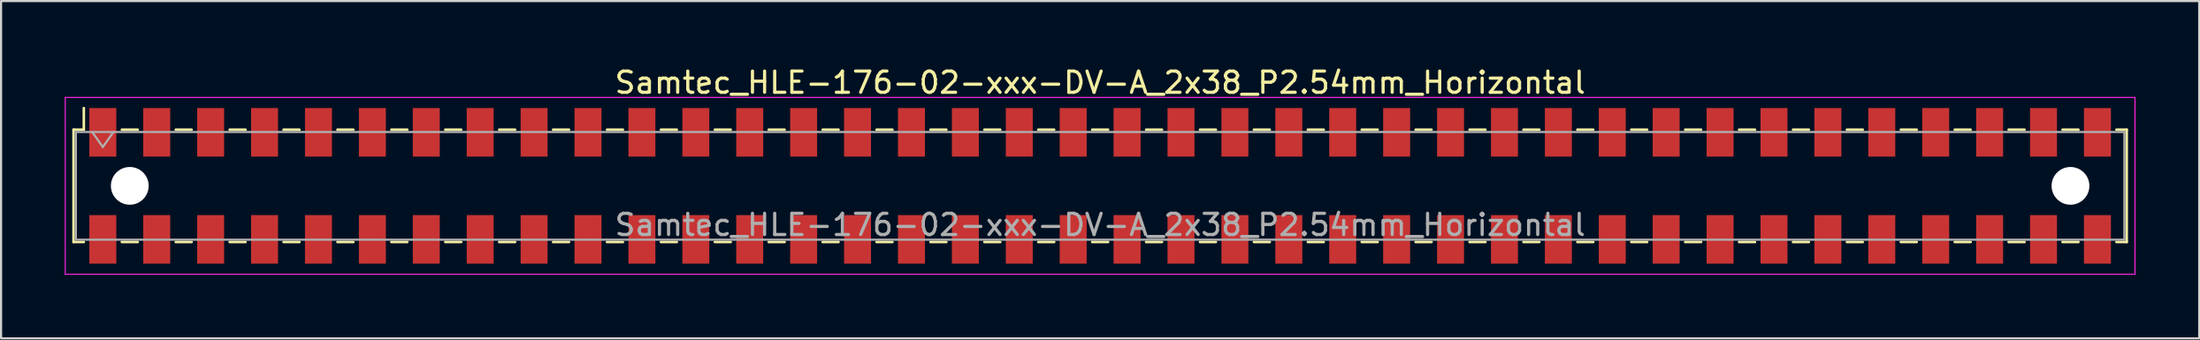
<source format=kicad_pcb>
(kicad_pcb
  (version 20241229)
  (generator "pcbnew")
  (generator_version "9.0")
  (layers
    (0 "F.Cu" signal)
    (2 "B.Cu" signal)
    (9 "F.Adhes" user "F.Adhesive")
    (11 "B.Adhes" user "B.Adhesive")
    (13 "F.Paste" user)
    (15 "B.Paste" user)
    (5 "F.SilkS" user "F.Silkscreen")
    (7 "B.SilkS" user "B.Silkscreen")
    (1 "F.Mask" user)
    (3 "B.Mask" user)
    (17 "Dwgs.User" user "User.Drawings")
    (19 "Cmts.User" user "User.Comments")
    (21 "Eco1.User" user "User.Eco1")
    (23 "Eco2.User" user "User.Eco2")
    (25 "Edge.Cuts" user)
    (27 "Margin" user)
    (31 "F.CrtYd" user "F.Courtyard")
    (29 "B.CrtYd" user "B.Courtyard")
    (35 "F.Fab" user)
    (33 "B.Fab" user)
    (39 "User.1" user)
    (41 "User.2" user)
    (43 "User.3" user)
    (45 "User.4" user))
  (footprint "Samtec_HLE-176-02-xxx-DV-A_2x38_P2.54mm_Horizontal"
    (layer "F.Cu")
    (at 48.785 5.718)
    (property "Reference" "Samtec_HLE-176-02-xxx-DV-A_2x38_P2.54mm_Horizontal" (at 0 -4.87 0) (layer "F.SilkS") (effects (font (size 1 1) (thickness 0.15))))
    (attr smd)
    (fp_line (start -48.37 -2.65) (end -48.37 2.65) (stroke (width 0.12) (type solid)) (layer "F.SilkS"))
    (fp_line (start -48.37 2.65) (end -47.885 2.65) (stroke (width 0.12) (type solid)) (layer "F.SilkS"))
    (fp_line (start -47.885 -3.67) (end -47.885 -2.65) (stroke (width 0.12) (type solid)) (layer "F.SilkS"))
    (fp_line (start -47.885 -2.65) (end -48.37 -2.65) (stroke (width 0.12) (type solid)) (layer "F.SilkS"))
    (fp_line (start -46.095 -2.65) (end -45.345 -2.65) (stroke (width 0.12) (type solid)) (layer "F.SilkS"))
    (fp_line (start -46.095 2.65) (end -45.345 2.65) (stroke (width 0.12) (type solid)) (layer "F.SilkS"))
    (fp_line (start -43.555 -2.65) (end -42.805 -2.65) (stroke (width 0.12) (type solid)) (layer "F.SilkS"))
    (fp_line (start -43.555 2.65) (end -42.805 2.65) (stroke (width 0.12) (type solid)) (layer "F.SilkS"))
    (fp_line (start -41.015 -2.65) (end -40.265 -2.65) (stroke (width 0.12) (type solid)) (layer "F.SilkS"))
    (fp_line (start -41.015 2.65) (end -40.265 2.65) (stroke (width 0.12) (type solid)) (layer "F.SilkS"))
    (fp_line (start -38.475 -2.65) (end -37.725 -2.65) (stroke (width 0.12) (type solid)) (layer "F.SilkS"))
    (fp_line (start -38.475 2.65) (end -37.725 2.65) (stroke (width 0.12) (type solid)) (layer "F.SilkS"))
    (fp_line (start -35.935 -2.65) (end -35.185 -2.65) (stroke (width 0.12) (type solid)) (layer "F.SilkS"))
    (fp_line (start -35.935 2.65) (end -35.185 2.65) (stroke (width 0.12) (type solid)) (layer "F.SilkS"))
    (fp_line (start -33.395 -2.65) (end -32.645 -2.65) (stroke (width 0.12) (type solid)) (layer "F.SilkS"))
    (fp_line (start -33.395 2.65) (end -32.645 2.65) (stroke (width 0.12) (type solid)) (layer "F.SilkS"))
    (fp_line (start -30.855 -2.65) (end -30.105 -2.65) (stroke (width 0.12) (type solid)) (layer "F.SilkS"))
    (fp_line (start -30.855 2.65) (end -30.105 2.65) (stroke (width 0.12) (type solid)) (layer "F.SilkS"))
    (fp_line (start -28.315 -2.65) (end -27.565 -2.65) (stroke (width 0.12) (type solid)) (layer "F.SilkS"))
    (fp_line (start -28.315 2.65) (end -27.565 2.65) (stroke (width 0.12) (type solid)) (layer "F.SilkS"))
    (fp_line (start -25.775 -2.65) (end -25.025 -2.65) (stroke (width 0.12) (type solid)) (layer "F.SilkS"))
    (fp_line (start -25.775 2.65) (end -25.025 2.65) (stroke (width 0.12) (type solid)) (layer "F.SilkS"))
    (fp_line (start -23.235 -2.65) (end -22.485 -2.65) (stroke (width 0.12) (type solid)) (layer "F.SilkS"))
    (fp_line (start -23.235 2.65) (end -22.485 2.65) (stroke (width 0.12) (type solid)) (layer "F.SilkS"))
    (fp_line (start -20.695 -2.65) (end -19.945 -2.65) (stroke (width 0.12) (type solid)) (layer "F.SilkS"))
    (fp_line (start -20.695 2.65) (end -19.945 2.65) (stroke (width 0.12) (type solid)) (layer "F.SilkS"))
    (fp_line (start -18.155 -2.65) (end -17.405 -2.65) (stroke (width 0.12) (type solid)) (layer "F.SilkS"))
    (fp_line (start -18.155 2.65) (end -17.405 2.65) (stroke (width 0.12) (type solid)) (layer "F.SilkS"))
    (fp_line (start -15.615 -2.65) (end -14.865 -2.65) (stroke (width 0.12) (type solid)) (layer "F.SilkS"))
    (fp_line (start -15.615 2.65) (end -14.865 2.65) (stroke (width 0.12) (type solid)) (layer "F.SilkS"))
    (fp_line (start -13.075 -2.65) (end -12.325 -2.65) (stroke (width 0.12) (type solid)) (layer "F.SilkS"))
    (fp_line (start -13.075 2.65) (end -12.325 2.65) (stroke (width 0.12) (type solid)) (layer "F.SilkS"))
    (fp_line (start -10.535 -2.65) (end -9.785 -2.65) (stroke (width 0.12) (type solid)) (layer "F.SilkS"))
    (fp_line (start -10.535 2.65) (end -9.785 2.65) (stroke (width 0.12) (type solid)) (layer "F.SilkS"))
    (fp_line (start -7.995 -2.65) (end -7.245 -2.65) (stroke (width 0.12) (type solid)) (layer "F.SilkS"))
    (fp_line (start -7.995 2.65) (end -7.245 2.65) (stroke (width 0.12) (type solid)) (layer "F.SilkS"))
    (fp_line (start -5.455 -2.65) (end -4.705 -2.65) (stroke (width 0.12) (type solid)) (layer "F.SilkS"))
    (fp_line (start -5.455 2.65) (end -4.705 2.65) (stroke (width 0.12) (type solid)) (layer "F.SilkS"))
    (fp_line (start -2.915 -2.65) (end -2.165 -2.65) (stroke (width 0.12) (type solid)) (layer "F.SilkS"))
    (fp_line (start -2.915 2.65) (end -2.165 2.65) (stroke (width 0.12) (type solid)) (layer "F.SilkS"))
    (fp_line (start -0.375 -2.65) (end 0.375 -2.65) (stroke (width 0.12) (type solid)) (layer "F.SilkS"))
    (fp_line (start -0.375 2.65) (end 0.375 2.65) (stroke (width 0.12) (type solid)) (layer "F.SilkS"))
    (fp_line (start 2.165 -2.65) (end 2.915 -2.65) (stroke (width 0.12) (type solid)) (layer "F.SilkS"))
    (fp_line (start 2.165 2.65) (end 2.915 2.65) (stroke (width 0.12) (type solid)) (layer "F.SilkS"))
    (fp_line (start 4.705 -2.65) (end 5.455 -2.65) (stroke (width 0.12) (type solid)) (layer "F.SilkS"))
    (fp_line (start 4.705 2.65) (end 5.455 2.65) (stroke (width 0.12) (type solid)) (layer "F.SilkS"))
    (fp_line (start 7.245 -2.65) (end 7.995 -2.65) (stroke (width 0.12) (type solid)) (layer "F.SilkS"))
    (fp_line (start 7.245 2.65) (end 7.995 2.65) (stroke (width 0.12) (type solid)) (layer "F.SilkS"))
    (fp_line (start 9.785 -2.65) (end 10.535 -2.65) (stroke (width 0.12) (type solid)) (layer "F.SilkS"))
    (fp_line (start 9.785 2.65) (end 10.535 2.65) (stroke (width 0.12) (type solid)) (layer "F.SilkS"))
    (fp_line (start 12.325 -2.65) (end 13.075 -2.65) (stroke (width 0.12) (type solid)) (layer "F.SilkS"))
    (fp_line (start 12.325 2.65) (end 13.075 2.65) (stroke (width 0.12) (type solid)) (layer "F.SilkS"))
    (fp_line (start 14.865 -2.65) (end 15.615 -2.65) (stroke (width 0.12) (type solid)) (layer "F.SilkS"))
    (fp_line (start 14.865 2.65) (end 15.615 2.65) (stroke (width 0.12) (type solid)) (layer "F.SilkS"))
    (fp_line (start 17.405 -2.65) (end 18.155 -2.65) (stroke (width 0.12) (type solid)) (layer "F.SilkS"))
    (fp_line (start 17.405 2.65) (end 18.155 2.65) (stroke (width 0.12) (type solid)) (layer "F.SilkS"))
    (fp_line (start 19.945 -2.65) (end 20.695 -2.65) (stroke (width 0.12) (type solid)) (layer "F.SilkS"))
    (fp_line (start 19.945 2.65) (end 20.695 2.65) (stroke (width 0.12) (type solid)) (layer "F.SilkS"))
    (fp_line (start 22.485 -2.65) (end 23.235 -2.65) (stroke (width 0.12) (type solid)) (layer "F.SilkS"))
    (fp_line (start 22.485 2.65) (end 23.235 2.65) (stroke (width 0.12) (type solid)) (layer "F.SilkS"))
    (fp_line (start 25.025 -2.65) (end 25.775 -2.65) (stroke (width 0.12) (type solid)) (layer "F.SilkS"))
    (fp_line (start 25.025 2.65) (end 25.775 2.65) (stroke (width 0.12) (type solid)) (layer "F.SilkS"))
    (fp_line (start 27.565 -2.65) (end 28.315 -2.65) (stroke (width 0.12) (type solid)) (layer "F.SilkS"))
    (fp_line (start 27.565 2.65) (end 28.315 2.65) (stroke (width 0.12) (type solid)) (layer "F.SilkS"))
    (fp_line (start 30.105 -2.65) (end 30.855 -2.65) (stroke (width 0.12) (type solid)) (layer "F.SilkS"))
    (fp_line (start 30.105 2.65) (end 30.855 2.65) (stroke (width 0.12) (type solid)) (layer "F.SilkS"))
    (fp_line (start 32.645 -2.65) (end 33.395 -2.65) (stroke (width 0.12) (type solid)) (layer "F.SilkS"))
    (fp_line (start 32.645 2.65) (end 33.395 2.65) (stroke (width 0.12) (type solid)) (layer "F.SilkS"))
    (fp_line (start 35.185 -2.65) (end 35.935 -2.65) (stroke (width 0.12) (type solid)) (layer "F.SilkS"))
    (fp_line (start 35.185 2.65) (end 35.935 2.65) (stroke (width 0.12) (type solid)) (layer "F.SilkS"))
    (fp_line (start 37.725 -2.65) (end 38.475 -2.65) (stroke (width 0.12) (type solid)) (layer "F.SilkS"))
    (fp_line (start 37.725 2.65) (end 38.475 2.65) (stroke (width 0.12) (type solid)) (layer "F.SilkS"))
    (fp_line (start 40.265 -2.65) (end 41.015 -2.65) (stroke (width 0.12) (type solid)) (layer "F.SilkS"))
    (fp_line (start 40.265 2.65) (end 41.015 2.65) (stroke (width 0.12) (type solid)) (layer "F.SilkS"))
    (fp_line (start 42.805 -2.65) (end 43.555 -2.65) (stroke (width 0.12) (type solid)) (layer "F.SilkS"))
    (fp_line (start 42.805 2.65) (end 43.555 2.65) (stroke (width 0.12) (type solid)) (layer "F.SilkS"))
    (fp_line (start 45.345 -2.65) (end 46.095 -2.65) (stroke (width 0.12) (type solid)) (layer "F.SilkS"))
    (fp_line (start 45.345 2.65) (end 46.095 2.65) (stroke (width 0.12) (type solid)) (layer "F.SilkS"))
    (fp_line (start 47.885 -2.65) (end 48.37 -2.65) (stroke (width 0.12) (type solid)) (layer "F.SilkS"))
    (fp_line (start 48.37 -2.65) (end 48.37 2.65) (stroke (width 0.12) (type solid)) (layer "F.SilkS"))
    (fp_line (start 48.37 2.65) (end 47.885 2.65) (stroke (width 0.12) (type solid)) (layer "F.SilkS"))
    (fp_line (start -48.76 -4.17) (end 48.76 -4.17) (stroke (width 0.05) (type solid)) (layer "F.CrtYd"))
    (fp_line (start -48.76 4.17) (end -48.76 -4.17) (stroke (width 0.05) (type solid)) (layer "F.CrtYd"))
    (fp_line (start 48.76 -4.17) (end 48.76 4.17) (stroke (width 0.05) (type solid)) (layer "F.CrtYd"))
    (fp_line (start 48.76 4.17) (end -48.76 4.17) (stroke (width 0.05) (type solid)) (layer "F.CrtYd"))
    (fp_line (start -48.26 -2.54) (end 48.26 -2.54) (stroke (width 0.1) (type solid)) (layer "F.Fab"))
    (fp_line (start -48.26 2.54) (end -48.26 -2.54) (stroke (width 0.1) (type solid)) (layer "F.Fab"))
    (fp_line (start -47.49 -2.54) (end -46.99 -1.833) (stroke (width 0.1) (type solid)) (layer "F.Fab"))
    (fp_line (start -46.99 -1.833) (end -46.49 -2.54) (stroke (width 0.1) (type solid)) (layer "F.Fab"))
    (fp_line (start 48.26 -2.54) (end 48.26 2.54) (stroke (width 0.1) (type solid)) (layer "F.Fab"))
    (fp_line (start 48.26 2.54) (end -48.26 2.54) (stroke (width 0.1) (type solid)) (layer "F.Fab"))
    (fp_text user "${REFERENCE}" (at 0 1.84 0) (layer "F.Fab") (effects (font (size 1 1) (thickness 0.15))))
    (pad "" np_thru_hole circle (at -45.72 0) (size 1.78 1.78) (drill 1.78) (layers "*.Cu" "*.Mask"))
    (pad "" np_thru_hole circle (at 45.72 0) (size 1.78 1.78) (drill 1.78) (layers "*.Cu" "*.Mask"))
    (pad "1" smd rect (at -46.99 -2.525) (size 1.27 2.29) (layers "F.Cu" "F.Mask" "F.Paste"))
    (pad "2" smd rect (at -46.99 2.525) (size 1.27 2.29) (layers "F.Cu" "F.Mask" "F.Paste"))
    (pad "3" smd rect (at -44.45 -2.525) (size 1.27 2.29) (layers "F.Cu" "F.Mask" "F.Paste"))
    (pad "4" smd rect (at -44.45 2.525) (size 1.27 2.29) (layers "F.Cu" "F.Mask" "F.Paste"))
    (pad "5" smd rect (at -41.91 -2.525) (size 1.27 2.29) (layers "F.Cu" "F.Mask" "F.Paste"))
    (pad "6" smd rect (at -41.91 2.525) (size 1.27 2.29) (layers "F.Cu" "F.Mask" "F.Paste"))
    (pad "7" smd rect (at -39.37 -2.525) (size 1.27 2.29) (layers "F.Cu" "F.Mask" "F.Paste"))
    (pad "8" smd rect (at -39.37 2.525) (size 1.27 2.29) (layers "F.Cu" "F.Mask" "F.Paste"))
    (pad "9" smd rect (at -36.83 -2.525) (size 1.27 2.29) (layers "F.Cu" "F.Mask" "F.Paste"))
    (pad "10" smd rect (at -36.83 2.525) (size 1.27 2.29) (layers "F.Cu" "F.Mask" "F.Paste"))
    (pad "11" smd rect (at -34.29 -2.525) (size 1.27 2.29) (layers "F.Cu" "F.Mask" "F.Paste"))
    (pad "12" smd rect (at -34.29 2.525) (size 1.27 2.29) (layers "F.Cu" "F.Mask" "F.Paste"))
    (pad "13" smd rect (at -31.75 -2.525) (size 1.27 2.29) (layers "F.Cu" "F.Mask" "F.Paste"))
    (pad "14" smd rect (at -31.75 2.525) (size 1.27 2.29) (layers "F.Cu" "F.Mask" "F.Paste"))
    (pad "15" smd rect (at -29.21 -2.525) (size 1.27 2.29) (layers "F.Cu" "F.Mask" "F.Paste"))
    (pad "16" smd rect (at -29.21 2.525) (size 1.27 2.29) (layers "F.Cu" "F.Mask" "F.Paste"))
    (pad "17" smd rect (at -26.67 -2.525) (size 1.27 2.29) (layers "F.Cu" "F.Mask" "F.Paste"))
    (pad "18" smd rect (at -26.67 2.525) (size 1.27 2.29) (layers "F.Cu" "F.Mask" "F.Paste"))
    (pad "19" smd rect (at -24.13 -2.525) (size 1.27 2.29) (layers "F.Cu" "F.Mask" "F.Paste"))
    (pad "20" smd rect (at -24.13 2.525) (size 1.27 2.29) (layers "F.Cu" "F.Mask" "F.Paste"))
    (pad "21" smd rect (at -21.59 -2.525) (size 1.27 2.29) (layers "F.Cu" "F.Mask" "F.Paste"))
    (pad "22" smd rect (at -21.59 2.525) (size 1.27 2.29) (layers "F.Cu" "F.Mask" "F.Paste"))
    (pad "23" smd rect (at -19.05 -2.525) (size 1.27 2.29) (layers "F.Cu" "F.Mask" "F.Paste"))
    (pad "24" smd rect (at -19.05 2.525) (size 1.27 2.29) (layers "F.Cu" "F.Mask" "F.Paste"))
    (pad "25" smd rect (at -16.51 -2.525) (size 1.27 2.29) (layers "F.Cu" "F.Mask" "F.Paste"))
    (pad "26" smd rect (at -16.51 2.525) (size 1.27 2.29) (layers "F.Cu" "F.Mask" "F.Paste"))
    (pad "27" smd rect (at -13.97 -2.525) (size 1.27 2.29) (layers "F.Cu" "F.Mask" "F.Paste"))
    (pad "28" smd rect (at -13.97 2.525) (size 1.27 2.29) (layers "F.Cu" "F.Mask" "F.Paste"))
    (pad "29" smd rect (at -11.43 -2.525) (size 1.27 2.29) (layers "F.Cu" "F.Mask" "F.Paste"))
    (pad "30" smd rect (at -11.43 2.525) (size 1.27 2.29) (layers "F.Cu" "F.Mask" "F.Paste"))
    (pad "31" smd rect (at -8.89 -2.525) (size 1.27 2.29) (layers "F.Cu" "F.Mask" "F.Paste"))
    (pad "32" smd rect (at -8.89 2.525) (size 1.27 2.29) (layers "F.Cu" "F.Mask" "F.Paste"))
    (pad "33" smd rect (at -6.35 -2.525) (size 1.27 2.29) (layers "F.Cu" "F.Mask" "F.Paste"))
    (pad "34" smd rect (at -6.35 2.525) (size 1.27 2.29) (layers "F.Cu" "F.Mask" "F.Paste"))
    (pad "35" smd rect (at -3.81 -2.525) (size 1.27 2.29) (layers "F.Cu" "F.Mask" "F.Paste"))
    (pad "36" smd rect (at -3.81 2.525) (size 1.27 2.29) (layers "F.Cu" "F.Mask" "F.Paste"))
    (pad "37" smd rect (at -1.27 -2.525) (size 1.27 2.29) (layers "F.Cu" "F.Mask" "F.Paste"))
    (pad "38" smd rect (at -1.27 2.525) (size 1.27 2.29) (layers "F.Cu" "F.Mask" "F.Paste"))
    (pad "39" smd rect (at 1.27 -2.525) (size 1.27 2.29) (layers "F.Cu" "F.Mask" "F.Paste"))
    (pad "40" smd rect (at 1.27 2.525) (size 1.27 2.29) (layers "F.Cu" "F.Mask" "F.Paste"))
    (pad "41" smd rect (at 3.81 -2.525) (size 1.27 2.29) (layers "F.Cu" "F.Mask" "F.Paste"))
    (pad "42" smd rect (at 3.81 2.525) (size 1.27 2.29) (layers "F.Cu" "F.Mask" "F.Paste"))
    (pad "43" smd rect (at 6.35 -2.525) (size 1.27 2.29) (layers "F.Cu" "F.Mask" "F.Paste"))
    (pad "44" smd rect (at 6.35 2.525) (size 1.27 2.29) (layers "F.Cu" "F.Mask" "F.Paste"))
    (pad "45" smd rect (at 8.89 -2.525) (size 1.27 2.29) (layers "F.Cu" "F.Mask" "F.Paste"))
    (pad "46" smd rect (at 8.89 2.525) (size 1.27 2.29) (layers "F.Cu" "F.Mask" "F.Paste"))
    (pad "47" smd rect (at 11.43 -2.525) (size 1.27 2.29) (layers "F.Cu" "F.Mask" "F.Paste"))
    (pad "48" smd rect (at 11.43 2.525) (size 1.27 2.29) (layers "F.Cu" "F.Mask" "F.Paste"))
    (pad "49" smd rect (at 13.97 -2.525) (size 1.27 2.29) (layers "F.Cu" "F.Mask" "F.Paste"))
    (pad "50" smd rect (at 13.97 2.525) (size 1.27 2.29) (layers "F.Cu" "F.Mask" "F.Paste"))
    (pad "51" smd rect (at 16.51 -2.525) (size 1.27 2.29) (layers "F.Cu" "F.Mask" "F.Paste"))
    (pad "52" smd rect (at 16.51 2.525) (size 1.27 2.29) (layers "F.Cu" "F.Mask" "F.Paste"))
    (pad "53" smd rect (at 19.05 -2.525) (size 1.27 2.29) (layers "F.Cu" "F.Mask" "F.Paste"))
    (pad "54" smd rect (at 19.05 2.525) (size 1.27 2.29) (layers "F.Cu" "F.Mask" "F.Paste"))
    (pad "55" smd rect (at 21.59 -2.525) (size 1.27 2.29) (layers "F.Cu" "F.Mask" "F.Paste"))
    (pad "56" smd rect (at 21.59 2.525) (size 1.27 2.29) (layers "F.Cu" "F.Mask" "F.Paste"))
    (pad "57" smd rect (at 24.13 -2.525) (size 1.27 2.29) (layers "F.Cu" "F.Mask" "F.Paste"))
    (pad "58" smd rect (at 24.13 2.525) (size 1.27 2.29) (layers "F.Cu" "F.Mask" "F.Paste"))
    (pad "59" smd rect (at 26.67 -2.525) (size 1.27 2.29) (layers "F.Cu" "F.Mask" "F.Paste"))
    (pad "60" smd rect (at 26.67 2.525) (size 1.27 2.29) (layers "F.Cu" "F.Mask" "F.Paste"))
    (pad "61" smd rect (at 29.21 -2.525) (size 1.27 2.29) (layers "F.Cu" "F.Mask" "F.Paste"))
    (pad "62" smd rect (at 29.21 2.525) (size 1.27 2.29) (layers "F.Cu" "F.Mask" "F.Paste"))
    (pad "63" smd rect (at 31.75 -2.525) (size 1.27 2.29) (layers "F.Cu" "F.Mask" "F.Paste"))
    (pad "64" smd rect (at 31.75 2.525) (size 1.27 2.29) (layers "F.Cu" "F.Mask" "F.Paste"))
    (pad "65" smd rect (at 34.29 -2.525) (size 1.27 2.29) (layers "F.Cu" "F.Mask" "F.Paste"))
    (pad "66" smd rect (at 34.29 2.525) (size 1.27 2.29) (layers "F.Cu" "F.Mask" "F.Paste"))
    (pad "67" smd rect (at 36.83 -2.525) (size 1.27 2.29) (layers "F.Cu" "F.Mask" "F.Paste"))
    (pad "68" smd rect (at 36.83 2.525) (size 1.27 2.29) (layers "F.Cu" "F.Mask" "F.Paste"))
    (pad "69" smd rect (at 39.37 -2.525) (size 1.27 2.29) (layers "F.Cu" "F.Mask" "F.Paste"))
    (pad "70" smd rect (at 39.37 2.525) (size 1.27 2.29) (layers "F.Cu" "F.Mask" "F.Paste"))
    (pad "71" smd rect (at 41.91 -2.525) (size 1.27 2.29) (layers "F.Cu" "F.Mask" "F.Paste"))
    (pad "72" smd rect (at 41.91 2.525) (size 1.27 2.29) (layers "F.Cu" "F.Mask" "F.Paste"))
    (pad "73" smd rect (at 44.45 -2.525) (size 1.27 2.29) (layers "F.Cu" "F.Mask" "F.Paste"))
    (pad "74" smd rect (at 44.45 2.525) (size 1.27 2.29) (layers "F.Cu" "F.Mask" "F.Paste"))
    (pad "75" smd rect (at 46.99 -2.525) (size 1.27 2.29) (layers "F.Cu" "F.Mask" "F.Paste"))
    (pad "76" smd rect (at 46.99 2.525) (size 1.27 2.29) (layers "F.Cu" "F.Mask" "F.Paste")))
  (gr_rect
    (start -3 -3)
    (end 100.57 12.913)
    (stroke (width 0.1) (type default))
    (fill no)
    (layer "Edge.Cuts")))
</source>
